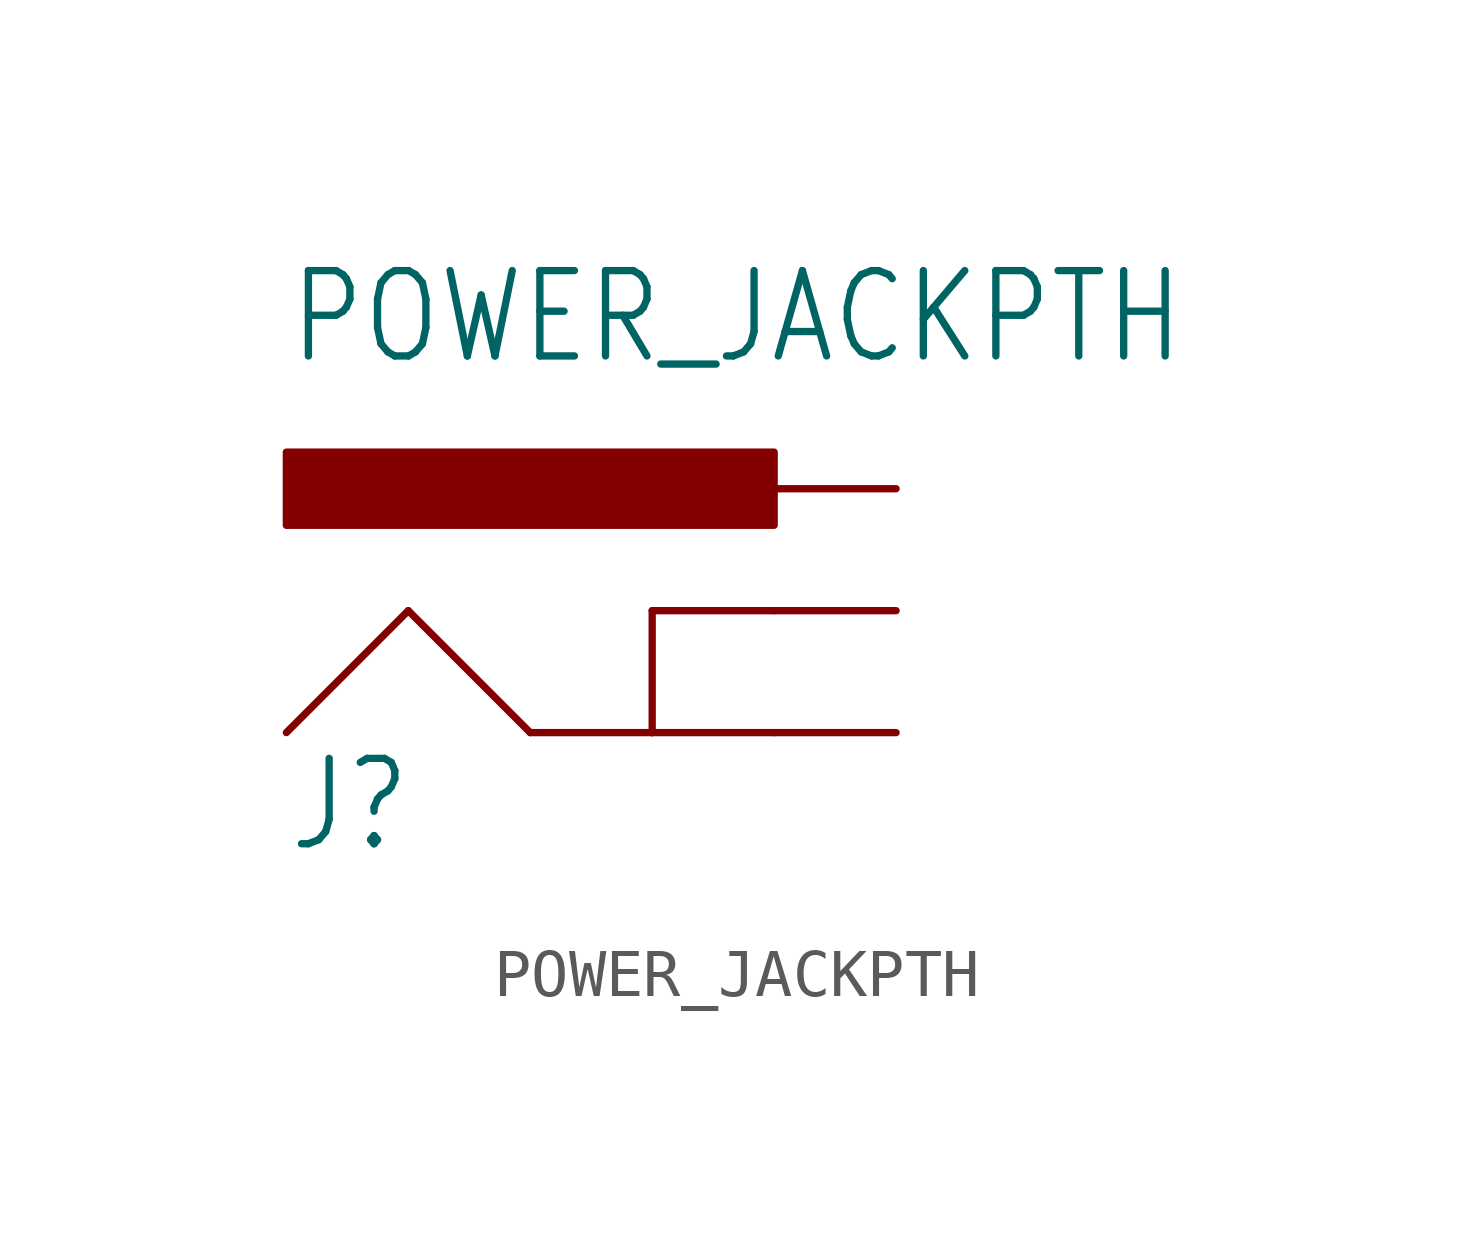
<source format=kicad_sym>
(kicad_symbol_lib
  (version 20201005)
  (generator kicad_symbol_editor)
  (symbol "POWER_JACKPTH"
    (property "Reference" "J"
      (at -10.16 0 0)
      (effects (font (size 1.778 1.511)) (justify left bottom)))
    (property "Value" "POWER_JACKPTH"
      (at -10.16 10.16 0)
      (effects (font (size 1.778 1.511)) (justify left bottom)))
    (property "ki_locked" ""
      (at 0 0 0)
      (effects (font (size 1.27 1.27))))
    (symbol "POWER_JACKPTH_1_0"
      (rectangle (start -10.16 6.858) (end 0 8.382) (stroke (width 0)) (fill (type outline)))
      (polyline (pts (xy -10.16 2.54) (xy -7.62 5.08)) (stroke (width 0.152)) (fill (type none)))
      (polyline (pts (xy -7.62 5.08) (xy -5.08 2.54)) (stroke (width 0.152)) (fill (type none)))
      (polyline (pts (xy -5.08 2.54) (xy -2.54 2.54)) (stroke (width 0.152)) (fill (type none)))
      (polyline (pts (xy -2.54 2.54) (xy 0 2.54)) (stroke (width 0.152)) (fill (type none)))
      (polyline (pts (xy -2.54 2.54) (xy -2.54 5.08)) (stroke (width 0.152)) (fill (type none)))
      (polyline (pts (xy -2.54 5.08) (xy 0 5.08)) (stroke (width 0.152)) (fill (type none)))
      (pin bidirectional line (at 2.54 5.08 180) (length 2.54) (name "GNDBREAK" (effects (font (size 0 0)))) (number "GNDBREAK" (effects (font (size 0 0)))))
      (pin bidirectional line (at 2.54 2.54 180) (length 2.54) (name "GND" (effects (font (size 0 0)))) (number "GND" (effects (font (size 0 0)))))
      (pin bidirectional line (at 2.54 7.62 180) (length 2.54) (name "PWR" (effects (font (size 0 0)))) (number "PWR" (effects (font (size 0 0))))))))
</source>
